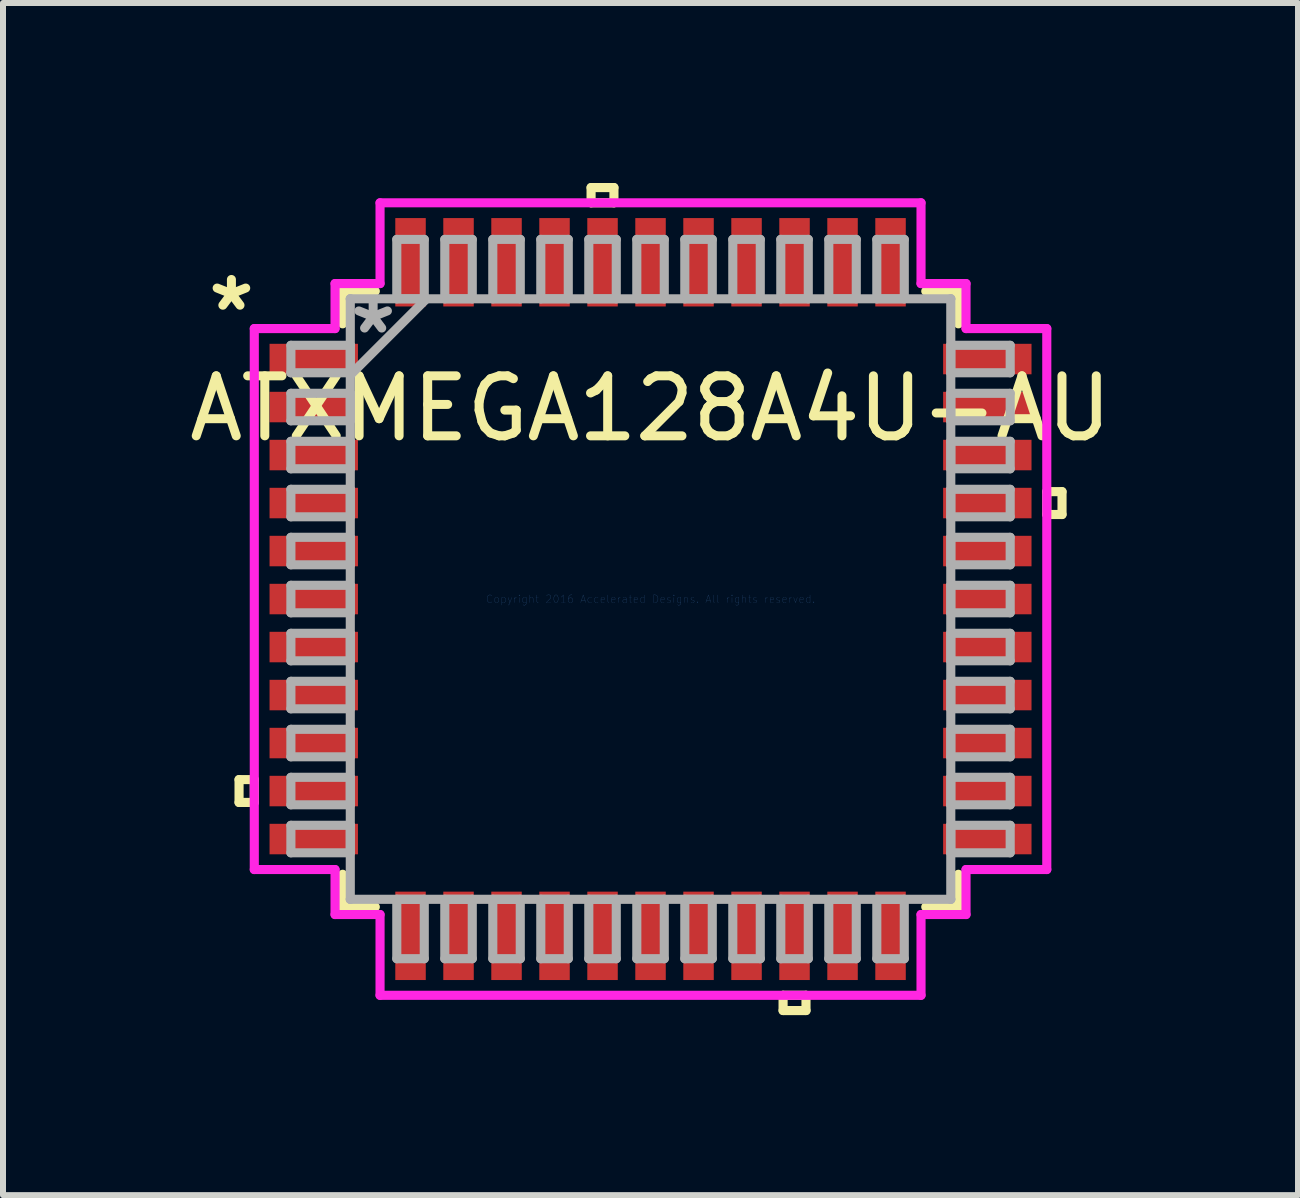
<source format=kicad_pcb>
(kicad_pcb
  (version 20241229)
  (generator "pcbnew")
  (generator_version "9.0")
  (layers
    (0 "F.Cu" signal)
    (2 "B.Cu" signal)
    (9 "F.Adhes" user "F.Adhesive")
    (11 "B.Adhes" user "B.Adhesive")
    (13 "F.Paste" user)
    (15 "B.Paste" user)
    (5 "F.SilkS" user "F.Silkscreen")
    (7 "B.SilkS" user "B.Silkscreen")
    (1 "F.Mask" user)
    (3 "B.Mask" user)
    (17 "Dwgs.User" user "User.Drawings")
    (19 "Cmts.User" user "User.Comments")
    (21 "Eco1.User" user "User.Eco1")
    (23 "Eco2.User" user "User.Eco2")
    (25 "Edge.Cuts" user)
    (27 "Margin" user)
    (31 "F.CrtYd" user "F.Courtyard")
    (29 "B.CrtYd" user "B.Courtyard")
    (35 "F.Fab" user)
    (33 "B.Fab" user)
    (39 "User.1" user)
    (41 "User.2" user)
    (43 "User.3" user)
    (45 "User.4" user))
  (footprint "ATXMEGA128A4U-AU"
    (layer "F.Cu")
    (at 7.792 6.934)
    (property "Reference" "ATXMEGA128A4U-AU" (at 0 -3.175 0) (layer "F.SilkS") (effects (font (size 1 1) (thickness 0.15))))
    (attr through_hole)
    (fp_line (start -6.858 3.009) (end -6.858 3.39) (stroke (width 0.152) (type solid)) (layer "F.SilkS"))
    (fp_line (start -6.858 3.39) (end -6.604 3.39) (stroke (width 0.152) (type solid)) (layer "F.SilkS"))
    (fp_line (start -6.604 3.009) (end -6.858 3.009) (stroke (width 0.152) (type solid)) (layer "F.SilkS"))
    (fp_line (start -6.604 3.39) (end -6.604 3.009) (stroke (width 0.152) (type solid)) (layer "F.SilkS"))
    (fp_line (start -5.131 -5.131) (end -5.131 -4.587) (stroke (width 0.152) (type solid)) (layer "F.SilkS"))
    (fp_line (start -5.131 4.587) (end -5.131 5.131) (stroke (width 0.152) (type solid)) (layer "F.SilkS"))
    (fp_line (start -5.131 5.131) (end -4.587 5.131) (stroke (width 0.152) (type solid)) (layer "F.SilkS"))
    (fp_line (start -4.587 -5.131) (end -5.131 -5.131) (stroke (width 0.152) (type solid)) (layer "F.SilkS"))
    (fp_line (start -0.991 -6.858) (end -0.61 -6.858) (stroke (width 0.152) (type solid)) (layer "F.SilkS"))
    (fp_line (start -0.991 -6.604) (end -0.991 -6.858) (stroke (width 0.152) (type solid)) (layer "F.SilkS"))
    (fp_line (start -0.61 -6.858) (end -0.61 -6.604) (stroke (width 0.152) (type solid)) (layer "F.SilkS"))
    (fp_line (start -0.61 -6.604) (end -0.991 -6.604) (stroke (width 0.152) (type solid)) (layer "F.SilkS"))
    (fp_line (start 2.209 6.604) (end 2.209 6.858) (stroke (width 0.152) (type solid)) (layer "F.SilkS"))
    (fp_line (start 2.209 6.858) (end 2.591 6.858) (stroke (width 0.152) (type solid)) (layer "F.SilkS"))
    (fp_line (start 2.591 6.604) (end 2.209 6.604) (stroke (width 0.152) (type solid)) (layer "F.SilkS"))
    (fp_line (start 2.591 6.858) (end 2.591 6.604) (stroke (width 0.152) (type solid)) (layer "F.SilkS"))
    (fp_line (start 4.587 5.131) (end 5.131 5.131) (stroke (width 0.152) (type solid)) (layer "F.SilkS"))
    (fp_line (start 5.131 -5.131) (end 4.587 -5.131) (stroke (width 0.152) (type solid)) (layer "F.SilkS"))
    (fp_line (start 5.131 -4.587) (end 5.131 -5.131) (stroke (width 0.152) (type solid)) (layer "F.SilkS"))
    (fp_line (start 5.131 5.131) (end 5.131 4.587) (stroke (width 0.152) (type solid)) (layer "F.SilkS"))
    (fp_line (start 6.604 -1.79) (end 6.858 -1.79) (stroke (width 0.152) (type solid)) (layer "F.SilkS"))
    (fp_line (start 6.604 -1.409) (end 6.604 -1.79) (stroke (width 0.152) (type solid)) (layer "F.SilkS"))
    (fp_line (start 6.858 -1.79) (end 6.858 -1.409) (stroke (width 0.152) (type solid)) (layer "F.SilkS"))
    (fp_line (start 6.858 -1.409) (end 6.604 -1.409) (stroke (width 0.152) (type solid)) (layer "F.SilkS"))
    (fp_line (start -6.604 -4.508) (end -5.258 -4.508) (stroke (width 0.152) (type solid)) (layer "F.CrtYd"))
    (fp_line (start -6.604 4.508) (end -6.604 -4.508) (stroke (width 0.152) (type solid)) (layer "F.CrtYd"))
    (fp_line (start -5.258 -5.258) (end -4.508 -5.258) (stroke (width 0.152) (type solid)) (layer "F.CrtYd"))
    (fp_line (start -5.258 -4.508) (end -5.258 -5.258) (stroke (width 0.152) (type solid)) (layer "F.CrtYd"))
    (fp_line (start -5.258 4.508) (end -6.604 4.508) (stroke (width 0.152) (type solid)) (layer "F.CrtYd"))
    (fp_line (start -5.258 5.258) (end -5.258 4.508) (stroke (width 0.152) (type solid)) (layer "F.CrtYd"))
    (fp_line (start -4.508 -6.604) (end 4.508 -6.604) (stroke (width 0.152) (type solid)) (layer "F.CrtYd"))
    (fp_line (start -4.508 -5.258) (end -4.508 -6.604) (stroke (width 0.152) (type solid)) (layer "F.CrtYd"))
    (fp_line (start -4.508 5.258) (end -5.258 5.258) (stroke (width 0.152) (type solid)) (layer "F.CrtYd"))
    (fp_line (start -4.508 6.604) (end -4.508 5.258) (stroke (width 0.152) (type solid)) (layer "F.CrtYd"))
    (fp_line (start 4.508 -6.604) (end 4.508 -5.258) (stroke (width 0.152) (type solid)) (layer "F.CrtYd"))
    (fp_line (start 4.508 -5.258) (end 5.258 -5.258) (stroke (width 0.152) (type solid)) (layer "F.CrtYd"))
    (fp_line (start 4.508 5.258) (end 4.508 6.604) (stroke (width 0.152) (type solid)) (layer "F.CrtYd"))
    (fp_line (start 4.508 6.604) (end -4.508 6.604) (stroke (width 0.152) (type solid)) (layer "F.CrtYd"))
    (fp_line (start 5.258 -5.258) (end 5.258 -4.508) (stroke (width 0.152) (type solid)) (layer "F.CrtYd"))
    (fp_line (start 5.258 -4.508) (end 6.604 -4.508) (stroke (width 0.152) (type solid)) (layer "F.CrtYd"))
    (fp_line (start 5.258 4.508) (end 5.258 5.258) (stroke (width 0.152) (type solid)) (layer "F.CrtYd"))
    (fp_line (start 5.258 5.258) (end 4.508 5.258) (stroke (width 0.152) (type solid)) (layer "F.CrtYd"))
    (fp_line (start 6.604 -4.508) (end 6.604 4.508) (stroke (width 0.152) (type solid)) (layer "F.CrtYd"))
    (fp_line (start 6.604 4.508) (end 5.258 4.508) (stroke (width 0.152) (type solid)) (layer "F.CrtYd"))
    (fp_line (start -5.994 -4.229) (end -5.994 -3.771) (stroke (width 0.152) (type solid)) (layer "F.Fab"))
    (fp_line (start -5.994 -3.771) (end -5.004 -3.771) (stroke (width 0.152) (type solid)) (layer "F.Fab"))
    (fp_line (start -5.994 -3.429) (end -5.994 -2.971) (stroke (width 0.152) (type solid)) (layer "F.Fab"))
    (fp_line (start -5.994 -2.971) (end -5.004 -2.971) (stroke (width 0.152) (type solid)) (layer "F.Fab"))
    (fp_line (start -5.994 -2.629) (end -5.994 -2.171) (stroke (width 0.152) (type solid)) (layer "F.Fab"))
    (fp_line (start -5.994 -2.171) (end -5.004 -2.171) (stroke (width 0.152) (type solid)) (layer "F.Fab"))
    (fp_line (start -5.994 -1.829) (end -5.994 -1.371) (stroke (width 0.152) (type solid)) (layer "F.Fab"))
    (fp_line (start -5.994 -1.371) (end -5.004 -1.371) (stroke (width 0.152) (type solid)) (layer "F.Fab"))
    (fp_line (start -5.994 -1.029) (end -5.994 -0.571) (stroke (width 0.152) (type solid)) (layer "F.Fab"))
    (fp_line (start -5.994 -0.571) (end -5.004 -0.571) (stroke (width 0.152) (type solid)) (layer "F.Fab"))
    (fp_line (start -5.994 -0.229) (end -5.994 0.229) (stroke (width 0.152) (type solid)) (layer "F.Fab"))
    (fp_line (start -5.994 0.229) (end -5.004 0.229) (stroke (width 0.152) (type solid)) (layer "F.Fab"))
    (fp_line (start -5.994 0.571) (end -5.994 1.029) (stroke (width 0.152) (type solid)) (layer "F.Fab"))
    (fp_line (start -5.994 1.029) (end -5.004 1.029) (stroke (width 0.152) (type solid)) (layer "F.Fab"))
    (fp_line (start -5.994 1.371) (end -5.994 1.829) (stroke (width 0.152) (type solid)) (layer "F.Fab"))
    (fp_line (start -5.994 1.829) (end -5.004 1.829) (stroke (width 0.152) (type solid)) (layer "F.Fab"))
    (fp_line (start -5.994 2.171) (end -5.994 2.629) (stroke (width 0.152) (type solid)) (layer "F.Fab"))
    (fp_line (start -5.994 2.629) (end -5.004 2.629) (stroke (width 0.152) (type solid)) (layer "F.Fab"))
    (fp_line (start -5.994 2.971) (end -5.994 3.429) (stroke (width 0.152) (type solid)) (layer "F.Fab"))
    (fp_line (start -5.994 3.429) (end -5.004 3.429) (stroke (width 0.152) (type solid)) (layer "F.Fab"))
    (fp_line (start -5.994 3.771) (end -5.994 4.229) (stroke (width 0.152) (type solid)) (layer "F.Fab"))
    (fp_line (start -5.994 4.229) (end -5.004 4.229) (stroke (width 0.152) (type solid)) (layer "F.Fab"))
    (fp_line (start -5.004 -5.004) (end -5.004 -5.004) (stroke (width 0.152) (type solid)) (layer "F.Fab"))
    (fp_line (start -5.004 -5.004) (end -5.004 5.004) (stroke (width 0.152) (type solid)) (layer "F.Fab"))
    (fp_line (start -5.004 -4.229) (end -5.994 -4.229) (stroke (width 0.152) (type solid)) (layer "F.Fab"))
    (fp_line (start -5.004 -3.771) (end -5.004 -4.229) (stroke (width 0.152) (type solid)) (layer "F.Fab"))
    (fp_line (start -5.004 -3.734) (end -3.734 -5.004) (stroke (width 0.152) (type solid)) (layer "F.Fab"))
    (fp_line (start -5.004 -3.429) (end -5.994 -3.429) (stroke (width 0.152) (type solid)) (layer "F.Fab"))
    (fp_line (start -5.004 -2.971) (end -5.004 -3.429) (stroke (width 0.152) (type solid)) (layer "F.Fab"))
    (fp_line (start -5.004 -2.629) (end -5.994 -2.629) (stroke (width 0.152) (type solid)) (layer "F.Fab"))
    (fp_line (start -5.004 -2.171) (end -5.004 -2.629) (stroke (width 0.152) (type solid)) (layer "F.Fab"))
    (fp_line (start -5.004 -1.829) (end -5.994 -1.829) (stroke (width 0.152) (type solid)) (layer "F.Fab"))
    (fp_line (start -5.004 -1.371) (end -5.004 -1.829) (stroke (width 0.152) (type solid)) (layer "F.Fab"))
    (fp_line (start -5.004 -1.029) (end -5.994 -1.029) (stroke (width 0.152) (type solid)) (layer "F.Fab"))
    (fp_line (start -5.004 -0.571) (end -5.004 -1.029) (stroke (width 0.152) (type solid)) (layer "F.Fab"))
    (fp_line (start -5.004 -0.229) (end -5.994 -0.229) (stroke (width 0.152) (type solid)) (layer "F.Fab"))
    (fp_line (start -5.004 0.229) (end -5.004 -0.229) (stroke (width 0.152) (type solid)) (layer "F.Fab"))
    (fp_line (start -5.004 0.571) (end -5.994 0.571) (stroke (width 0.152) (type solid)) (layer "F.Fab"))
    (fp_line (start -5.004 1.029) (end -5.004 0.571) (stroke (width 0.152) (type solid)) (layer "F.Fab"))
    (fp_line (start -5.004 1.371) (end -5.994 1.371) (stroke (width 0.152) (type solid)) (layer "F.Fab"))
    (fp_line (start -5.004 1.829) (end -5.004 1.371) (stroke (width 0.152) (type solid)) (layer "F.Fab"))
    (fp_line (start -5.004 2.171) (end -5.994 2.171) (stroke (width 0.152) (type solid)) (layer "F.Fab"))
    (fp_line (start -5.004 2.629) (end -5.004 2.171) (stroke (width 0.152) (type solid)) (layer "F.Fab"))
    (fp_line (start -5.004 2.971) (end -5.994 2.971) (stroke (width 0.152) (type solid)) (layer "F.Fab"))
    (fp_line (start -5.004 3.429) (end -5.004 2.971) (stroke (width 0.152) (type solid)) (layer "F.Fab"))
    (fp_line (start -5.004 3.771) (end -5.994 3.771) (stroke (width 0.152) (type solid)) (layer "F.Fab"))
    (fp_line (start -5.004 4.229) (end -5.004 3.771) (stroke (width 0.152) (type solid)) (layer "F.Fab"))
    (fp_line (start -5.004 5.004) (end -5.004 5.004) (stroke (width 0.152) (type solid)) (layer "F.Fab"))
    (fp_line (start -5.004 5.004) (end 5.004 5.004) (stroke (width 0.152) (type solid)) (layer "F.Fab"))
    (fp_line (start -4.229 5.004) (end -4.229 5.994) (stroke (width 0.152) (type solid)) (layer "F.Fab"))
    (fp_line (start -4.229 5.994) (end -3.771 5.994) (stroke (width 0.152) (type solid)) (layer "F.Fab"))
    (fp_line (start -4.229 -5.994) (end -4.229 -5.004) (stroke (width 0.152) (type solid)) (layer "F.Fab"))
    (fp_line (start -4.229 -5.004) (end -3.771 -5.004) (stroke (width 0.152) (type solid)) (layer "F.Fab"))
    (fp_line (start -3.771 5.004) (end -4.229 5.004) (stroke (width 0.152) (type solid)) (layer "F.Fab"))
    (fp_line (start -3.771 5.994) (end -3.771 5.004) (stroke (width 0.152) (type solid)) (layer "F.Fab"))
    (fp_line (start -3.771 -5.994) (end -4.229 -5.994) (stroke (width 0.152) (type solid)) (layer "F.Fab"))
    (fp_line (start -3.771 -5.004) (end -3.771 -5.994) (stroke (width 0.152) (type solid)) (layer "F.Fab"))
    (fp_line (start -3.429 -5.994) (end -3.429 -5.004) (stroke (width 0.152) (type solid)) (layer "F.Fab"))
    (fp_line (start -3.429 -5.004) (end -2.971 -5.004) (stroke (width 0.152) (type solid)) (layer "F.Fab"))
    (fp_line (start -3.429 5.004) (end -3.429 5.994) (stroke (width 0.152) (type solid)) (layer "F.Fab"))
    (fp_line (start -3.429 5.994) (end -2.971 5.994) (stroke (width 0.152) (type solid)) (layer "F.Fab"))
    (fp_line (start -2.971 -5.994) (end -3.429 -5.994) (stroke (width 0.152) (type solid)) (layer "F.Fab"))
    (fp_line (start -2.971 -5.004) (end -2.971 -5.994) (stroke (width 0.152) (type solid)) (layer "F.Fab"))
    (fp_line (start -2.971 5.004) (end -3.429 5.004) (stroke (width 0.152) (type solid)) (layer "F.Fab"))
    (fp_line (start -2.971 5.994) (end -2.971 5.004) (stroke (width 0.152) (type solid)) (layer "F.Fab"))
    (fp_line (start -2.629 -5.994) (end -2.629 -5.004) (stroke (width 0.152) (type solid)) (layer "F.Fab"))
    (fp_line (start -2.629 -5.004) (end -2.171 -5.004) (stroke (width 0.152) (type solid)) (layer "F.Fab"))
    (fp_line (start -2.629 5.004) (end -2.629 5.994) (stroke (width 0.152) (type solid)) (layer "F.Fab"))
    (fp_line (start -2.629 5.994) (end -2.171 5.994) (stroke (width 0.152) (type solid)) (layer "F.Fab"))
    (fp_line (start -2.171 -5.994) (end -2.629 -5.994) (stroke (width 0.152) (type solid)) (layer "F.Fab"))
    (fp_line (start -2.171 -5.004) (end -2.171 -5.994) (stroke (width 0.152) (type solid)) (layer "F.Fab"))
    (fp_line (start -2.171 5.004) (end -2.629 5.004) (stroke (width 0.152) (type solid)) (layer "F.Fab"))
    (fp_line (start -2.171 5.994) (end -2.171 5.004) (stroke (width 0.152) (type solid)) (layer "F.Fab"))
    (fp_line (start -1.829 -5.994) (end -1.829 -5.004) (stroke (width 0.152) (type solid)) (layer "F.Fab"))
    (fp_line (start -1.829 -5.004) (end -1.371 -5.004) (stroke (width 0.152) (type solid)) (layer "F.Fab"))
    (fp_line (start -1.829 5.004) (end -1.829 5.994) (stroke (width 0.152) (type solid)) (layer "F.Fab"))
    (fp_line (start -1.829 5.994) (end -1.371 5.994) (stroke (width 0.152) (type solid)) (layer "F.Fab"))
    (fp_line (start -1.371 -5.994) (end -1.829 -5.994) (stroke (width 0.152) (type solid)) (layer "F.Fab"))
    (fp_line (start -1.371 -5.004) (end -1.371 -5.994) (stroke (width 0.152) (type solid)) (layer "F.Fab"))
    (fp_line (start -1.371 5.004) (end -1.829 5.004) (stroke (width 0.152) (type solid)) (layer "F.Fab"))
    (fp_line (start -1.371 5.994) (end -1.371 5.004) (stroke (width 0.152) (type solid)) (layer "F.Fab"))
    (fp_line (start -1.029 -5.994) (end -1.029 -5.004) (stroke (width 0.152) (type solid)) (layer "F.Fab"))
    (fp_line (start -1.029 -5.004) (end -0.571 -5.004) (stroke (width 0.152) (type solid)) (layer "F.Fab"))
    (fp_line (start -1.029 5.004) (end -1.029 5.994) (stroke (width 0.152) (type solid)) (layer "F.Fab"))
    (fp_line (start -1.029 5.994) (end -0.571 5.994) (stroke (width 0.152) (type solid)) (layer "F.Fab"))
    (fp_line (start -0.571 -5.994) (end -1.029 -5.994) (stroke (width 0.152) (type solid)) (layer "F.Fab"))
    (fp_line (start -0.571 -5.004) (end -0.571 -5.994) (stroke (width 0.152) (type solid)) (layer "F.Fab"))
    (fp_line (start -0.571 5.004) (end -1.029 5.004) (stroke (width 0.152) (type solid)) (layer "F.Fab"))
    (fp_line (start -0.571 5.994) (end -0.571 5.004) (stroke (width 0.152) (type solid)) (layer "F.Fab"))
    (fp_line (start -0.229 -5.994) (end -0.229 -5.004) (stroke (width 0.152) (type solid)) (layer "F.Fab"))
    (fp_line (start -0.229 -5.004) (end 0.229 -5.004) (stroke (width 0.152) (type solid)) (layer "F.Fab"))
    (fp_line (start -0.229 5.004) (end -0.229 5.994) (stroke (width 0.152) (type solid)) (layer "F.Fab"))
    (fp_line (start -0.229 5.994) (end 0.229 5.994) (stroke (width 0.152) (type solid)) (layer "F.Fab"))
    (fp_line (start 0.229 -5.994) (end -0.229 -5.994) (stroke (width 0.152) (type solid)) (layer "F.Fab"))
    (fp_line (start 0.229 -5.004) (end 0.229 -5.994) (stroke (width 0.152) (type solid)) (layer "F.Fab"))
    (fp_line (start 0.229 5.004) (end -0.229 5.004) (stroke (width 0.152) (type solid)) (layer "F.Fab"))
    (fp_line (start 0.229 5.994) (end 0.229 5.004) (stroke (width 0.152) (type solid)) (layer "F.Fab"))
    (fp_line (start 0.571 -5.994) (end 0.571 -5.004) (stroke (width 0.152) (type solid)) (layer "F.Fab"))
    (fp_line (start 0.571 -5.004) (end 1.029 -5.004) (stroke (width 0.152) (type solid)) (layer "F.Fab"))
    (fp_line (start 0.571 5.004) (end 0.571 5.994) (stroke (width 0.152) (type solid)) (layer "F.Fab"))
    (fp_line (start 0.571 5.994) (end 1.029 5.994) (stroke (width 0.152) (type solid)) (layer "F.Fab"))
    (fp_line (start 1.029 -5.994) (end 0.571 -5.994) (stroke (width 0.152) (type solid)) (layer "F.Fab"))
    (fp_line (start 1.029 -5.004) (end 1.029 -5.994) (stroke (width 0.152) (type solid)) (layer "F.Fab"))
    (fp_line (start 1.029 5.004) (end 0.571 5.004) (stroke (width 0.152) (type solid)) (layer "F.Fab"))
    (fp_line (start 1.029 5.994) (end 1.029 5.004) (stroke (width 0.152) (type solid)) (layer "F.Fab"))
    (fp_line (start 1.371 -5.994) (end 1.371 -5.004) (stroke (width 0.152) (type solid)) (layer "F.Fab"))
    (fp_line (start 1.371 -5.004) (end 1.829 -5.004) (stroke (width 0.152) (type solid)) (layer "F.Fab"))
    (fp_line (start 1.371 5.004) (end 1.371 5.994) (stroke (width 0.152) (type solid)) (layer "F.Fab"))
    (fp_line (start 1.371 5.994) (end 1.829 5.994) (stroke (width 0.152) (type solid)) (layer "F.Fab"))
    (fp_line (start 1.829 -5.994) (end 1.371 -5.994) (stroke (width 0.152) (type solid)) (layer "F.Fab"))
    (fp_line (start 1.829 -5.004) (end 1.829 -5.994) (stroke (width 0.152) (type solid)) (layer "F.Fab"))
    (fp_line (start 1.829 5.004) (end 1.371 5.004) (stroke (width 0.152) (type solid)) (layer "F.Fab"))
    (fp_line (start 1.829 5.994) (end 1.829 5.004) (stroke (width 0.152) (type solid)) (layer "F.Fab"))
    (fp_line (start 2.171 -5.994) (end 2.171 -5.004) (stroke (width 0.152) (type solid)) (layer "F.Fab"))
    (fp_line (start 2.171 -5.004) (end 2.629 -5.004) (stroke (width 0.152) (type solid)) (layer "F.Fab"))
    (fp_line (start 2.171 5.004) (end 2.171 5.994) (stroke (width 0.152) (type solid)) (layer "F.Fab"))
    (fp_line (start 2.171 5.994) (end 2.629 5.994) (stroke (width 0.152) (type solid)) (layer "F.Fab"))
    (fp_line (start 2.629 -5.994) (end 2.171 -5.994) (stroke (width 0.152) (type solid)) (layer "F.Fab"))
    (fp_line (start 2.629 -5.004) (end 2.629 -5.994) (stroke (width 0.152) (type solid)) (layer "F.Fab"))
    (fp_line (start 2.629 5.004) (end 2.171 5.004) (stroke (width 0.152) (type solid)) (layer "F.Fab"))
    (fp_line (start 2.629 5.994) (end 2.629 5.004) (stroke (width 0.152) (type solid)) (layer "F.Fab"))
    (fp_line (start 2.971 -5.994) (end 2.971 -5.004) (stroke (width 0.152) (type solid)) (layer "F.Fab"))
    (fp_line (start 2.971 -5.004) (end 3.429 -5.004) (stroke (width 0.152) (type solid)) (layer "F.Fab"))
    (fp_line (start 2.971 5.004) (end 2.971 5.994) (stroke (width 0.152) (type solid)) (layer "F.Fab"))
    (fp_line (start 2.971 5.994) (end 3.429 5.994) (stroke (width 0.152) (type solid)) (layer "F.Fab"))
    (fp_line (start 3.429 -5.994) (end 2.971 -5.994) (stroke (width 0.152) (type solid)) (layer "F.Fab"))
    (fp_line (start 3.429 -5.004) (end 3.429 -5.994) (stroke (width 0.152) (type solid)) (layer "F.Fab"))
    (fp_line (start 3.429 5.004) (end 2.971 5.004) (stroke (width 0.152) (type solid)) (layer "F.Fab"))
    (fp_line (start 3.429 5.994) (end 3.429 5.004) (stroke (width 0.152) (type solid)) (layer "F.Fab"))
    (fp_line (start 3.771 5.004) (end 3.771 5.994) (stroke (width 0.152) (type solid)) (layer "F.Fab"))
    (fp_line (start 3.771 5.994) (end 4.229 5.994) (stroke (width 0.152) (type solid)) (layer "F.Fab"))
    (fp_line (start 3.771 -5.994) (end 3.771 -5.004) (stroke (width 0.152) (type solid)) (layer "F.Fab"))
    (fp_line (start 3.771 -5.004) (end 4.229 -5.004) (stroke (width 0.152) (type solid)) (layer "F.Fab"))
    (fp_line (start 4.229 5.004) (end 3.771 5.004) (stroke (width 0.152) (type solid)) (layer "F.Fab"))
    (fp_line (start 4.229 5.994) (end 4.229 5.004) (stroke (width 0.152) (type solid)) (layer "F.Fab"))
    (fp_line (start 4.229 -5.994) (end 3.771 -5.994) (stroke (width 0.152) (type solid)) (layer "F.Fab"))
    (fp_line (start 4.229 -5.004) (end 4.229 -5.994) (stroke (width 0.152) (type solid)) (layer "F.Fab"))
    (fp_line (start 5.004 -5.004) (end -5.004 -5.004) (stroke (width 0.152) (type solid)) (layer "F.Fab"))
    (fp_line (start 5.004 -5.004) (end 5.004 -5.004) (stroke (width 0.152) (type solid)) (layer "F.Fab"))
    (fp_line (start 5.004 -4.229) (end 5.004 -3.771) (stroke (width 0.152) (type solid)) (layer "F.Fab"))
    (fp_line (start 5.004 -3.771) (end 5.994 -3.771) (stroke (width 0.152) (type solid)) (layer "F.Fab"))
    (fp_line (start 5.004 -3.429) (end 5.004 -2.971) (stroke (width 0.152) (type solid)) (layer "F.Fab"))
    (fp_line (start 5.004 -2.971) (end 5.994 -2.971) (stroke (width 0.152) (type solid)) (layer "F.Fab"))
    (fp_line (start 5.004 -2.629) (end 5.004 -2.171) (stroke (width 0.152) (type solid)) (layer "F.Fab"))
    (fp_line (start 5.004 -2.171) (end 5.994 -2.171) (stroke (width 0.152) (type solid)) (layer "F.Fab"))
    (fp_line (start 5.004 -1.829) (end 5.004 -1.371) (stroke (width 0.152) (type solid)) (layer "F.Fab"))
    (fp_line (start 5.004 -1.371) (end 5.994 -1.371) (stroke (width 0.152) (type solid)) (layer "F.Fab"))
    (fp_line (start 5.004 -1.029) (end 5.004 -0.571) (stroke (width 0.152) (type solid)) (layer "F.Fab"))
    (fp_line (start 5.004 -0.571) (end 5.994 -0.571) (stroke (width 0.152) (type solid)) (layer "F.Fab"))
    (fp_line (start 5.004 -0.229) (end 5.004 0.229) (stroke (width 0.152) (type solid)) (layer "F.Fab"))
    (fp_line (start 5.004 0.229) (end 5.994 0.229) (stroke (width 0.152) (type solid)) (layer "F.Fab"))
    (fp_line (start 5.004 0.571) (end 5.004 1.029) (stroke (width 0.152) (type solid)) (layer "F.Fab"))
    (fp_line (start 5.004 1.029) (end 5.994 1.029) (stroke (width 0.152) (type solid)) (layer "F.Fab"))
    (fp_line (start 5.004 1.371) (end 5.004 1.829) (stroke (width 0.152) (type solid)) (layer "F.Fab"))
    (fp_line (start 5.004 1.829) (end 5.994 1.829) (stroke (width 0.152) (type solid)) (layer "F.Fab"))
    (fp_line (start 5.004 2.171) (end 5.004 2.629) (stroke (width 0.152) (type solid)) (layer "F.Fab"))
    (fp_line (start 5.004 2.629) (end 5.994 2.629) (stroke (width 0.152) (type solid)) (layer "F.Fab"))
    (fp_line (start 5.004 2.971) (end 5.004 3.429) (stroke (width 0.152) (type solid)) (layer "F.Fab"))
    (fp_line (start 5.004 3.429) (end 5.994 3.429) (stroke (width 0.152) (type solid)) (layer "F.Fab"))
    (fp_line (start 5.004 3.771) (end 5.004 4.229) (stroke (width 0.152) (type solid)) (layer "F.Fab"))
    (fp_line (start 5.004 4.229) (end 5.994 4.229) (stroke (width 0.152) (type solid)) (layer "F.Fab"))
    (fp_line (start 5.004 5.004) (end 5.004 -5.004) (stroke (width 0.152) (type solid)) (layer "F.Fab"))
    (fp_line (start 5.004 5.004) (end 5.004 5.004) (stroke (width 0.152) (type solid)) (layer "F.Fab"))
    (fp_line (start 5.994 -4.229) (end 5.004 -4.229) (stroke (width 0.152) (type solid)) (layer "F.Fab"))
    (fp_line (start 5.994 -3.771) (end 5.994 -4.229) (stroke (width 0.152) (type solid)) (layer "F.Fab"))
    (fp_line (start 5.994 -3.429) (end 5.004 -3.429) (stroke (width 0.152) (type solid)) (layer "F.Fab"))
    (fp_line (start 5.994 -2.971) (end 5.994 -3.429) (stroke (width 0.152) (type solid)) (layer "F.Fab"))
    (fp_line (start 5.994 -2.629) (end 5.004 -2.629) (stroke (width 0.152) (type solid)) (layer "F.Fab"))
    (fp_line (start 5.994 -2.171) (end 5.994 -2.629) (stroke (width 0.152) (type solid)) (layer "F.Fab"))
    (fp_line (start 5.994 -1.829) (end 5.004 -1.829) (stroke (width 0.152) (type solid)) (layer "F.Fab"))
    (fp_line (start 5.994 -1.371) (end 5.994 -1.829) (stroke (width 0.152) (type solid)) (layer "F.Fab"))
    (fp_line (start 5.994 -1.029) (end 5.004 -1.029) (stroke (width 0.152) (type solid)) (layer "F.Fab"))
    (fp_line (start 5.994 -0.571) (end 5.994 -1.029) (stroke (width 0.152) (type solid)) (layer "F.Fab"))
    (fp_line (start 5.994 -0.229) (end 5.004 -0.229) (stroke (width 0.152) (type solid)) (layer "F.Fab"))
    (fp_line (start 5.994 0.229) (end 5.994 -0.229) (stroke (width 0.152) (type solid)) (layer "F.Fab"))
    (fp_line (start 5.994 0.571) (end 5.004 0.571) (stroke (width 0.152) (type solid)) (layer "F.Fab"))
    (fp_line (start 5.994 1.029) (end 5.994 0.571) (stroke (width 0.152) (type solid)) (layer "F.Fab"))
    (fp_line (start 5.994 1.371) (end 5.004 1.371) (stroke (width 0.152) (type solid)) (layer "F.Fab"))
    (fp_line (start 5.994 1.829) (end 5.994 1.371) (stroke (width 0.152) (type solid)) (layer "F.Fab"))
    (fp_line (start 5.994 2.171) (end 5.004 2.171) (stroke (width 0.152) (type solid)) (layer "F.Fab"))
    (fp_line (start 5.994 2.629) (end 5.994 2.171) (stroke (width 0.152) (type solid)) (layer "F.Fab"))
    (fp_line (start 5.994 2.971) (end 5.004 2.971) (stroke (width 0.152) (type solid)) (layer "F.Fab"))
    (fp_line (start 5.994 3.429) (end 5.994 2.971) (stroke (width 0.152) (type solid)) (layer "F.Fab"))
    (fp_line (start 5.994 3.771) (end 5.004 3.771) (stroke (width 0.152) (type solid)) (layer "F.Fab"))
    (fp_line (start 5.994 4.229) (end 5.994 3.771) (stroke (width 0.152) (type solid)) (layer "F.Fab"))
    (fp_text user "*" (at -6.985 -4.781 0) (layer "F.SilkS") (effects (font (size 1 1) (thickness 0.15))))
    (fp_text user "Copyright 2016 Accelerated Designs. All rights reserved." (at 0 0 0) (layer "Cmts.User") (effects (font (size 0.127 0.127) (thickness 0.002))))
    (fp_text user "*" (at -4.623 -4.4 0) (layer "F.Fab") (effects (font (size 1 1) (thickness 0.15))))
    (pad "1" smd rect (at -5.613 -4 90) (size 0.508 1.473) (layers "F.Cu" "F.Mask" "F.Paste"))
    (pad "2" smd rect (at -5.613 -3.2 90) (size 0.508 1.473) (layers "F.Cu" "F.Mask" "F.Paste"))
    (pad "3" smd rect (at -5.613 -2.4 90) (size 0.508 1.473) (layers "F.Cu" "F.Mask" "F.Paste"))
    (pad "4" smd rect (at -5.613 -1.6 90) (size 0.508 1.473) (layers "F.Cu" "F.Mask" "F.Paste"))
    (pad "5" smd rect (at -5.613 -0.8 90) (size 0.508 1.473) (layers "F.Cu" "F.Mask" "F.Paste"))
    (pad "6" smd rect (at -5.613 0 90) (size 0.508 1.473) (layers "F.Cu" "F.Mask" "F.Paste"))
    (pad "7" smd rect (at -5.613 0.8 90) (size 0.508 1.473) (layers "F.Cu" "F.Mask" "F.Paste"))
    (pad "8" smd rect (at -5.613 1.6 90) (size 0.508 1.473) (layers "F.Cu" "F.Mask" "F.Paste"))
    (pad "9" smd rect (at -5.613 2.4 90) (size 0.508 1.473) (layers "F.Cu" "F.Mask" "F.Paste"))
    (pad "10" smd rect (at -5.613 3.2 90) (size 0.508 1.473) (layers "F.Cu" "F.Mask" "F.Paste"))
    (pad "11" smd rect (at -5.613 4 90) (size 0.508 1.473) (layers "F.Cu" "F.Mask" "F.Paste"))
    (pad "12" smd rect (at -4 5.613) (size 0.508 1.473) (layers "F.Cu" "F.Mask" "F.Paste"))
    (pad "13" smd rect (at -3.2 5.613) (size 0.508 1.473) (layers "F.Cu" "F.Mask" "F.Paste"))
    (pad "14" smd rect (at -2.4 5.613) (size 0.508 1.473) (layers "F.Cu" "F.Mask" "F.Paste"))
    (pad "15" smd rect (at -1.6 5.613) (size 0.508 1.473) (layers "F.Cu" "F.Mask" "F.Paste"))
    (pad "16" smd rect (at -0.8 5.613) (size 0.508 1.473) (layers "F.Cu" "F.Mask" "F.Paste"))
    (pad "17" smd rect (at 0 5.613) (size 0.508 1.473) (layers "F.Cu" "F.Mask" "F.Paste"))
    (pad "18" smd rect (at 0.8 5.613) (size 0.508 1.473) (layers "F.Cu" "F.Mask" "F.Paste"))
    (pad "19" smd rect (at 1.6 5.613) (size 0.508 1.473) (layers "F.Cu" "F.Mask" "F.Paste"))
    (pad "20" smd rect (at 2.4 5.613) (size 0.508 1.473) (layers "F.Cu" "F.Mask" "F.Paste"))
    (pad "21" smd rect (at 3.2 5.613) (size 0.508 1.473) (layers "F.Cu" "F.Mask" "F.Paste"))
    (pad "22" smd rect (at 4 5.613) (size 0.508 1.473) (layers "F.Cu" "F.Mask" "F.Paste"))
    (pad "23" smd rect (at 5.613 4 90) (size 0.508 1.473) (layers "F.Cu" "F.Mask" "F.Paste"))
    (pad "24" smd rect (at 5.613 3.2 90) (size 0.508 1.473) (layers "F.Cu" "F.Mask" "F.Paste"))
    (pad "25" smd rect (at 5.613 2.4 90) (size 0.508 1.473) (layers "F.Cu" "F.Mask" "F.Paste"))
    (pad "26" smd rect (at 5.613 1.6 90) (size 0.508 1.473) (layers "F.Cu" "F.Mask" "F.Paste"))
    (pad "27" smd rect (at 5.613 0.8 90) (size 0.508 1.473) (layers "F.Cu" "F.Mask" "F.Paste"))
    (pad "28" smd rect (at 5.613 0 90) (size 0.508 1.473) (layers "F.Cu" "F.Mask" "F.Paste"))
    (pad "29" smd rect (at 5.613 -0.8 90) (size 0.508 1.473) (layers "F.Cu" "F.Mask" "F.Paste"))
    (pad "30" smd rect (at 5.613 -1.6 90) (size 0.508 1.473) (layers "F.Cu" "F.Mask" "F.Paste"))
    (pad "31" smd rect (at 5.613 -2.4 90) (size 0.508 1.473) (layers "F.Cu" "F.Mask" "F.Paste"))
    (pad "32" smd rect (at 5.613 -3.2 90) (size 0.508 1.473) (layers "F.Cu" "F.Mask" "F.Paste"))
    (pad "33" smd rect (at 5.613 -4 90) (size 0.508 1.473) (layers "F.Cu" "F.Mask" "F.Paste"))
    (pad "34" smd rect (at 4 -5.613) (size 0.508 1.473) (layers "F.Cu" "F.Mask" "F.Paste"))
    (pad "35" smd rect (at 3.2 -5.613) (size 0.508 1.473) (layers "F.Cu" "F.Mask" "F.Paste"))
    (pad "36" smd rect (at 2.4 -5.613) (size 0.508 1.473) (layers "F.Cu" "F.Mask" "F.Paste"))
    (pad "37" smd rect (at 1.6 -5.613) (size 0.508 1.473) (layers "F.Cu" "F.Mask" "F.Paste"))
    (pad "38" smd rect (at 0.8 -5.613) (size 0.508 1.473) (layers "F.Cu" "F.Mask" "F.Paste"))
    (pad "39" smd rect (at 0 -5.613) (size 0.508 1.473) (layers "F.Cu" "F.Mask" "F.Paste"))
    (pad "40" smd rect (at -0.8 -5.613) (size 0.508 1.473) (layers "F.Cu" "F.Mask" "F.Paste"))
    (pad "41" smd rect (at -1.6 -5.613) (size 0.508 1.473) (layers "F.Cu" "F.Mask" "F.Paste"))
    (pad "42" smd rect (at -2.4 -5.613) (size 0.508 1.473) (layers "F.Cu" "F.Mask" "F.Paste"))
    (pad "43" smd rect (at -3.2 -5.613) (size 0.508 1.473) (layers "F.Cu" "F.Mask" "F.Paste"))
    (pad "44" smd rect (at -4 -5.613) (size 0.508 1.473) (layers "F.Cu" "F.Mask" "F.Paste")))
  (gr_rect
    (start -3 -3)
    (end 18.583 16.868)
    (stroke (width 0.1) (type default))
    (fill no)
    (layer "Edge.Cuts")))
</source>
